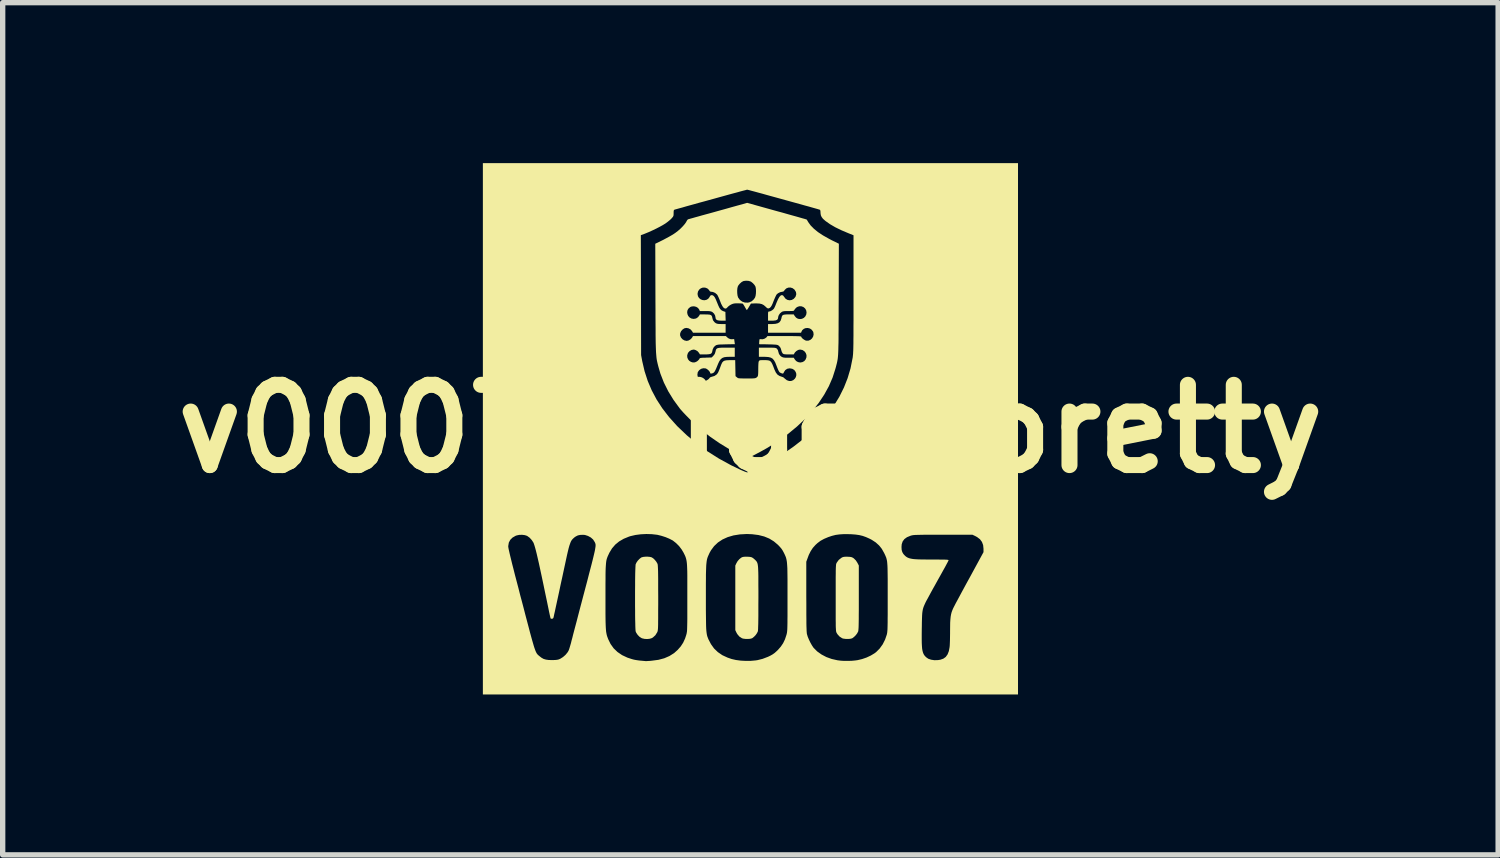
<source format=kicad_pcb>
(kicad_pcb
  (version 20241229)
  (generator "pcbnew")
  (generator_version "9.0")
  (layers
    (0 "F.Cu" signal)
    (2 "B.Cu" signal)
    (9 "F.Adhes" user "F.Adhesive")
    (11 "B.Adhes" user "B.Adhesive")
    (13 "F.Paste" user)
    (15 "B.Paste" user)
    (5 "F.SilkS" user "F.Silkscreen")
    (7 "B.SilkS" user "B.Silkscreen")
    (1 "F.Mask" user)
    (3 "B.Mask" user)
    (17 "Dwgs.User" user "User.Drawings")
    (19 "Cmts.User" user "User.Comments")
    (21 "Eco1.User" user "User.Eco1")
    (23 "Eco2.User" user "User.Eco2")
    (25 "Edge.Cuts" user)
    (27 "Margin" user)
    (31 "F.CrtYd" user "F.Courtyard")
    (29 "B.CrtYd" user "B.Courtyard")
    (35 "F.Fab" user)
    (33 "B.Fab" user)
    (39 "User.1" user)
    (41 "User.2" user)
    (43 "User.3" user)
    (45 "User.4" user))
  (footprint "v0007d logo.pretty"
    (layer "F.Cu")
    (at 10.979 4.966)
    (property "Reference" "v0007d logo.pretty" (at 0 0 0) (layer "F.SilkS") (effects (font (size 1.5 1.5) (thickness 0.3))))
    (attr board_only exclude_from_pos_files exclude_from_bom)
    (fp_poly (pts (xy -0.045 2.392) (xy -0.006 2.395) (xy 0.023 2.402) (xy 0.025 2.403) (xy 0.049 2.417) (xy 0.075 2.439) (xy 0.087 2.45) (xy 0.099 2.462) (xy 0.109 2.474) (xy 0.118 2.485) (xy 0.125 2.499) (xy 0.131 2.515) (xy 0.136 2.536) (xy 0.14 2.563) (xy 0.143 2.597) (xy 0.145 2.64) (xy 0.147 2.692) (xy 0.148 2.756) (xy 0.148 2.832) (xy 0.148 2.922) (xy 0.149 3.027) (xy 0.149 3.149) (xy 0.149 3.158) (xy 0.148 3.289) (xy 0.148 3.403) (xy 0.148 3.5) (xy 0.147 3.582) (xy 0.146 3.649) (xy 0.144 3.702) (xy 0.143 3.742) (xy 0.141 3.77) (xy 0.139 3.786) (xy 0.138 3.788) (xy 0.122 3.821) (xy 0.097 3.857) (xy 0.066 3.889) (xy 0.036 3.913) (xy 0.025 3.918) (xy -0.007 3.926) (xy -0.049 3.929) (xy -0.094 3.928) (xy -0.134 3.923) (xy -0.158 3.916) (xy -0.206 3.885) (xy -0.245 3.839) (xy -0.262 3.809) (xy -0.283 3.764) (xy -0.283 3.16) (xy -0.283 2.557) (xy -0.262 2.512) (xy -0.239 2.473) (xy -0.207 2.437) (xy -0.172 2.409) (xy -0.151 2.399) (xy -0.124 2.393) (xy -0.086 2.391)) (stroke (width 0) (type solid)) (fill yes) (layer "F.SilkS"))
    (fp_poly (pts (xy -1.917 2.391) (xy -1.877 2.395) (xy -1.847 2.403) (xy -1.818 2.421) (xy -1.787 2.451) (xy -1.759 2.486) (xy -1.739 2.521) (xy -1.735 2.533) (xy -1.733 2.546) (xy -1.731 2.571) (xy -1.729 2.608) (xy -1.727 2.658) (xy -1.726 2.722) (xy -1.725 2.8) (xy -1.725 2.893) (xy -1.725 3.003) (xy -1.724 3.129) (xy -1.724 3.166) (xy -1.724 3.284) (xy -1.725 3.386) (xy -1.725 3.473) (xy -1.725 3.545) (xy -1.726 3.605) (xy -1.726 3.654) (xy -1.727 3.693) (xy -1.728 3.724) (xy -1.73 3.748) (xy -1.732 3.765) (xy -1.734 3.779) (xy -1.737 3.789) (xy -1.74 3.798) (xy -1.743 3.804) (xy -1.777 3.859) (xy -1.822 3.9) (xy -1.843 3.913) (xy -1.881 3.925) (xy -1.928 3.93) (xy -1.977 3.928) (xy -2.022 3.918) (xy -2.035 3.913) (xy -2.073 3.889) (xy -2.108 3.853) (xy -2.135 3.813) (xy -2.146 3.787) (xy -2.148 3.771) (xy -2.15 3.738) (xy -2.152 3.691) (xy -2.153 3.632) (xy -2.155 3.563) (xy -2.156 3.484) (xy -2.156 3.399) (xy -2.157 3.309) (xy -2.157 3.216) (xy -2.157 3.122) (xy -2.157 3.029) (xy -2.156 2.938) (xy -2.156 2.852) (xy -2.155 2.772) (xy -2.154 2.701) (xy -2.152 2.639) (xy -2.15 2.59) (xy -2.148 2.554) (xy -2.146 2.535) (xy -2.146 2.533) (xy -2.13 2.5) (xy -2.105 2.464) (xy -2.074 2.432) (xy -2.044 2.408) (xy -2.033 2.403) (xy -2.003 2.395) (xy -1.962 2.391)) (stroke (width 0) (type solid)) (fill yes) (layer "F.SilkS"))
    (fp_poly (pts (xy 1.819 2.392) (xy 1.858 2.394) (xy 1.885 2.398) (xy 1.906 2.406) (xy 1.927 2.419) (xy 1.933 2.423) (xy 1.971 2.461) (xy 1.999 2.504) (xy 2.026 2.556) (xy 2.026 3.155) (xy 2.026 3.278) (xy 2.026 3.385) (xy 2.025 3.476) (xy 2.025 3.552) (xy 2.024 3.615) (xy 2.023 3.667) (xy 2.022 3.708) (xy 2.02 3.739) (xy 2.018 3.762) (xy 2.016 3.779) (xy 2.014 3.789) (xy 2.013 3.79) (xy 1.996 3.823) (xy 1.97 3.858) (xy 1.938 3.89) (xy 1.908 3.913) (xy 1.898 3.918) (xy 1.866 3.926) (xy 1.824 3.929) (xy 1.78 3.928) (xy 1.739 3.923) (xy 1.715 3.916) (xy 1.668 3.886) (xy 1.628 3.842) (xy 1.613 3.818) (xy 1.609 3.81) (xy 1.606 3.803) (xy 1.603 3.794) (xy 1.601 3.781) (xy 1.599 3.765) (xy 1.598 3.743) (xy 1.596 3.714) (xy 1.595 3.676) (xy 1.595 3.629) (xy 1.594 3.571) (xy 1.594 3.501) (xy 1.594 3.417) (xy 1.594 3.318) (xy 1.594 3.204) (xy 1.594 3.16) (xy 1.594 3.04) (xy 1.594 2.936) (xy 1.594 2.847) (xy 1.594 2.772) (xy 1.595 2.71) (xy 1.595 2.659) (xy 1.596 2.619) (xy 1.597 2.587) (xy 1.599 2.563) (xy 1.6 2.544) (xy 1.602 2.531) (xy 1.605 2.521) (xy 1.608 2.513) (xy 1.612 2.506) (xy 1.613 2.503) (xy 1.651 2.451) (xy 1.701 2.412) (xy 1.714 2.404) (xy 1.737 2.396) (xy 1.765 2.392) (xy 1.804 2.391)) (stroke (width 0) (type solid)) (fill yes) (layer "F.SilkS"))
    (fp_poly (pts (xy 5.002 0) (xy 5.002 4.966) (xy 0 4.966) (xy -5.002 4.966) (xy -5.002 2.197) (xy -4.528 2.197) (xy -4.527 2.209) (xy -4.524 2.229) (xy -4.519 2.255) (xy -4.511 2.29) (xy -4.501 2.335) (xy -4.488 2.389) (xy -4.472 2.454) (xy -4.453 2.532) (xy -4.43 2.621) (xy -4.404 2.725) (xy -4.373 2.843) (xy -4.338 2.976) (xy -4.3 3.126) (xy -4.282 3.192) (xy -4.242 3.344) (xy -4.207 3.48) (xy -4.175 3.601) (xy -4.147 3.707) (xy -4.123 3.799) (xy -4.101 3.88) (xy -4.082 3.949) (xy -4.065 4.007) (xy -4.051 4.056) (xy -4.038 4.097) (xy -4.026 4.13) (xy -4.016 4.157) (xy -4.006 4.178) (xy -3.997 4.196) (xy -3.987 4.209) (xy -3.978 4.221) (xy -3.968 4.23) (xy -3.957 4.24) (xy -3.946 4.249) (xy -3.906 4.28) (xy -3.867 4.302) (xy -3.823 4.315) (xy -3.772 4.322) (xy -3.708 4.324) (xy -3.696 4.324) (xy -3.651 4.322) (xy -3.618 4.319) (xy -3.592 4.314) (xy -3.568 4.305) (xy -3.551 4.297) (xy -3.504 4.267) (xy -3.458 4.227) (xy -3.42 4.181) (xy -3.401 4.15) (xy -3.392 4.128) (xy -3.381 4.094) (xy -3.368 4.05) (xy -3.354 4.002) (xy -3.35 3.984) (xy -3.342 3.952) (xy -3.329 3.905) (xy -3.314 3.844) (xy -3.295 3.772) (xy -3.273 3.689) (xy -3.249 3.599) (xy -3.224 3.502) (xy -3.198 3.402) (xy -3.171 3.299) (xy -3.165 3.277) (xy -3.128 3.136) (xy -2.71 3.136) (xy -2.71 3.138) (xy -2.71 3.263) (xy -2.71 3.372) (xy -2.71 3.466) (xy -2.709 3.546) (xy -2.708 3.613) (xy -2.706 3.671) (xy -2.704 3.718) (xy -2.701 3.758) (xy -2.698 3.792) (xy -2.693 3.821) (xy -2.688 3.846) (xy -2.682 3.87) (xy -2.674 3.893) (xy -2.665 3.917) (xy -2.66 3.931) (xy -2.615 4.023) (xy -2.557 4.104) (xy -2.485 4.173) (xy -2.4 4.231) (xy -2.3 4.278) (xy -2.221 4.304) (xy -2.189 4.313) (xy -2.157 4.32) (xy -2.12 4.326) (xy -2.077 4.332) (xy -2.022 4.337) (xy -1.958 4.343) (xy -1.944 4.343) (xy -1.917 4.341) (xy -1.879 4.339) (xy -1.841 4.335) (xy -1.72 4.319) (xy -1.611 4.29) (xy -1.514 4.248) (xy -1.427 4.193) (xy -1.36 4.133) (xy -1.303 4.068) (xy -1.258 3.999) (xy -1.222 3.921) (xy -1.199 3.851) (xy -1.196 3.837) (xy -1.192 3.824) (xy -1.19 3.809) (xy -1.187 3.792) (xy -1.185 3.771) (xy -1.184 3.745) (xy -1.183 3.712) (xy -1.182 3.671) (xy -1.181 3.621) (xy -1.18 3.56) (xy -1.18 3.486) (xy -1.18 3.4) (xy -1.18 3.298) (xy -1.18 3.18) (xy -1.18 3.151) (xy -1.18 3.131) (xy -0.833 3.131) (xy -0.833 3.146) (xy -0.833 3.273) (xy -0.833 3.383) (xy -0.832 3.479) (xy -0.831 3.56) (xy -0.83 3.63) (xy -0.829 3.688) (xy -0.827 3.736) (xy -0.824 3.777) (xy -0.82 3.811) (xy -0.816 3.839) (xy -0.811 3.863) (xy -0.805 3.885) (xy -0.797 3.905) (xy -0.789 3.926) (xy -0.787 3.932) (xy -0.738 4.026) (xy -0.68 4.107) (xy -0.609 4.175) (xy -0.526 4.232) (xy -0.429 4.277) (xy -0.351 4.304) (xy -0.272 4.322) (xy -0.182 4.334) (xy -0.086 4.339) (xy 0.009 4.338) (xy 0.098 4.33) (xy 0.131 4.325) (xy 0.227 4.301) (xy 0.327 4.263) (xy 0.369 4.243) (xy 0.412 4.219) (xy 0.452 4.191) (xy 0.492 4.155) (xy 0.514 4.134) (xy 0.568 4.072) (xy 0.611 4.008) (xy 0.646 3.935) (xy 0.673 3.853) (xy 0.677 3.839) (xy 0.68 3.825) (xy 0.683 3.811) (xy 0.685 3.794) (xy 0.687 3.774) (xy 0.689 3.748) (xy 0.69 3.716) (xy 0.691 3.677) (xy 0.692 3.628) (xy 0.692 3.568) (xy 0.693 3.497) (xy 0.693 3.412) (xy 0.693 3.312) (xy 0.693 3.196) (xy 0.693 3.156) (xy 0.693 3.028) (xy 0.693 2.916) (xy 0.693 2.819) (xy 0.692 2.737) (xy 0.691 2.666) (xy 0.69 2.607) (xy 0.687 2.557) (xy 0.684 2.515) (xy 0.681 2.485) (xy 1.044 2.485) (xy 1.044 3.138) (xy 1.045 3.268) (xy 1.045 3.382) (xy 1.045 3.479) (xy 1.046 3.563) (xy 1.046 3.633) (xy 1.047 3.69) (xy 1.049 3.737) (xy 1.05 3.774) (xy 1.052 3.802) (xy 1.054 3.823) (xy 1.056 3.838) (xy 1.057 3.84) (xy 1.071 3.887) (xy 1.093 3.94) (xy 1.12 3.996) (xy 1.148 4.046) (xy 1.175 4.087) (xy 1.182 4.096) (xy 1.248 4.162) (xy 1.328 4.219) (xy 1.419 4.267) (xy 1.519 4.303) (xy 1.625 4.327) (xy 1.688 4.335) (xy 1.753 4.339) (xy 1.824 4.339) (xy 1.895 4.337) (xy 1.959 4.331) (xy 2.003 4.325) (xy 2.087 4.305) (xy 2.171 4.276) (xy 2.25 4.239) (xy 2.318 4.198) (xy 2.349 4.175) (xy 2.415 4.109) (xy 2.472 4.03) (xy 2.517 3.941) (xy 2.55 3.845) (xy 2.55 3.843) (xy 2.553 3.83) (xy 2.556 3.815) (xy 2.558 3.797) (xy 2.56 3.775) (xy 2.562 3.747) (xy 2.563 3.711) (xy 2.564 3.668) (xy 2.565 3.614) (xy 2.565 3.55) (xy 2.566 3.472) (xy 2.566 3.381) (xy 2.566 3.275) (xy 2.566 3.152) (xy 2.566 3.147) (xy 2.566 3.02) (xy 2.566 2.91) (xy 2.566 2.814) (xy 2.565 2.733) (xy 2.564 2.664) (xy 2.563 2.606) (xy 2.561 2.557) (xy 2.558 2.517) (xy 2.555 2.483) (xy 2.55 2.455) (xy 2.544 2.43) (xy 2.538 2.408) (xy 2.529 2.387) (xy 2.52 2.365) (xy 2.509 2.342) (xy 2.5 2.323) (xy 2.456 2.245) (xy 2.429 2.21) (xy 2.824 2.21) (xy 2.827 2.264) (xy 2.839 2.305) (xy 2.859 2.34) (xy 2.877 2.36) (xy 2.897 2.38) (xy 2.918 2.396) (xy 2.941 2.409) (xy 2.969 2.42) (xy 3.002 2.428) (xy 3.043 2.435) (xy 3.094 2.439) (xy 3.155 2.442) (xy 3.23 2.443) (xy 3.32 2.444) (xy 3.393 2.444) (xy 3.477 2.444) (xy 3.544 2.445) (xy 3.596 2.445) (xy 3.636 2.446) (xy 3.665 2.447) (xy 3.684 2.449) (xy 3.696 2.451) (xy 3.702 2.454) (xy 3.703 2.457) (xy 3.703 2.462) (xy 3.697 2.473) (xy 3.684 2.499) (xy 3.664 2.536) (xy 3.638 2.585) (xy 3.606 2.642) (xy 3.57 2.707) (xy 3.531 2.777) (xy 3.499 2.834) (xy 3.457 2.91) (xy 3.416 2.983) (xy 3.378 3.052) (xy 3.344 3.115) (xy 3.315 3.169) (xy 3.291 3.212) (xy 3.275 3.243) (xy 3.269 3.256) (xy 3.254 3.289) (xy 3.241 3.319) (xy 3.231 3.347) (xy 3.223 3.376) (xy 3.217 3.408) (xy 3.212 3.446) (xy 3.209 3.492) (xy 3.207 3.547) (xy 3.205 3.615) (xy 3.204 3.697) (xy 3.203 3.744) (xy 3.202 3.847) (xy 3.202 3.933) (xy 3.203 4.005) (xy 3.206 4.064) (xy 3.21 4.113) (xy 3.217 4.152) (xy 3.226 4.184) (xy 3.237 4.211) (xy 3.251 4.234) (xy 3.269 4.255) (xy 3.285 4.271) (xy 3.325 4.299) (xy 3.378 4.317) (xy 3.439 4.326) (xy 3.506 4.324) (xy 3.551 4.317) (xy 3.607 4.297) (xy 3.651 4.265) (xy 3.685 4.218) (xy 3.709 4.157) (xy 3.723 4.082) (xy 3.726 4.051) (xy 3.728 4.006) (xy 3.73 3.95) (xy 3.731 3.887) (xy 3.732 3.821) (xy 3.732 3.785) (xy 3.733 3.696) (xy 3.734 3.623) (xy 3.738 3.563) (xy 3.743 3.512) (xy 3.751 3.468) (xy 3.761 3.429) (xy 3.775 3.391) (xy 3.788 3.36) (xy 3.798 3.34) (xy 3.815 3.307) (xy 3.839 3.26) (xy 3.87 3.203) (xy 3.906 3.136) (xy 3.946 3.061) (xy 3.99 2.98) (xy 4.036 2.895) (xy 4.085 2.806) (xy 4.088 2.801) (xy 4.357 2.306) (xy 4.357 2.242) (xy 4.35 2.174) (xy 4.328 2.115) (xy 4.291 2.065) (xy 4.237 2.024) (xy 4.2 2.004) (xy 4.151 1.981) (xy 3.602 1.981) (xy 3.488 1.981) (xy 3.392 1.981) (xy 3.31 1.981) (xy 3.242 1.981) (xy 3.186 1.982) (xy 3.141 1.983) (xy 3.104 1.984) (xy 3.076 1.985) (xy 3.053 1.987) (xy 3.035 1.989) (xy 3.02 1.992) (xy 3.007 1.995) (xy 2.994 1.999) (xy 2.989 2.001) (xy 2.926 2.027) (xy 2.878 2.062) (xy 2.846 2.105) (xy 2.828 2.158) (xy 2.824 2.21) (xy 2.429 2.21) (xy 2.404 2.18) (xy 2.342 2.124) (xy 2.267 2.075) (xy 2.224 2.053) (xy 2.159 2.024) (xy 2.097 2.002) (xy 2.034 1.987) (xy 1.964 1.977) (xy 1.883 1.971) (xy 1.846 1.97) (xy 1.75 1.969) (xy 1.668 1.974) (xy 1.593 1.984) (xy 1.522 2.002) (xy 1.454 2.025) (xy 1.376 2.058) (xy 1.31 2.094) (xy 1.253 2.137) (xy 1.216 2.171) (xy 1.166 2.227) (xy 1.126 2.288) (xy 1.091 2.358) (xy 1.073 2.406) (xy 1.044 2.485) (xy 0.681 2.485) (xy 0.68 2.48) (xy 0.675 2.45) (xy 0.669 2.424) (xy 0.662 2.4) (xy 0.653 2.378) (xy 0.643 2.355) (xy 0.631 2.33) (xy 0.625 2.318) (xy 0.603 2.277) (xy 0.58 2.242) (xy 0.55 2.207) (xy 0.515 2.17) (xy 0.438 2.105) (xy 0.352 2.052) (xy 0.257 2.013) (xy 0.15 1.986) (xy 0.032 1.971) (xy -0.068 1.967) (xy -0.197 1.974) (xy -0.316 1.993) (xy -0.425 2.025) (xy -0.522 2.069) (xy -0.607 2.125) (xy -0.679 2.193) (xy -0.737 2.271) (xy -0.765 2.321) (xy -0.777 2.348) (xy -0.788 2.372) (xy -0.798 2.395) (xy -0.806 2.419) (xy -0.813 2.445) (xy -0.818 2.474) (xy -0.822 2.508) (xy -0.826 2.549) (xy -0.828 2.597) (xy -0.83 2.655) (xy -0.832 2.723) (xy -0.832 2.803) (xy -0.833 2.897) (xy -0.833 3.006) (xy -0.833 3.131) (xy -1.18 3.131) (xy -1.18 3.024) (xy -1.18 2.913) (xy -1.18 2.818) (xy -1.18 2.736) (xy -1.181 2.666) (xy -1.183 2.607) (xy -1.185 2.558) (xy -1.188 2.517) (xy -1.192 2.483) (xy -1.197 2.454) (xy -1.203 2.428) (xy -1.21 2.405) (xy -1.218 2.383) (xy -1.228 2.361) (xy -1.24 2.337) (xy -1.248 2.32) (xy -1.286 2.256) (xy -1.334 2.193) (xy -1.39 2.137) (xy -1.447 2.092) (xy -1.458 2.085) (xy -1.518 2.054) (xy -1.588 2.025) (xy -1.663 2.001) (xy -1.735 1.983) (xy -1.747 1.981) (xy -1.843 1.97) (xy -1.945 1.967) (xy -2.049 1.972) (xy -2.149 1.985) (xy -2.24 2.006) (xy -2.269 2.015) (xy -2.369 2.056) (xy -2.455 2.106) (xy -2.527 2.165) (xy -2.588 2.236) (xy -2.638 2.319) (xy -2.644 2.332) (xy -2.656 2.358) (xy -2.667 2.381) (xy -2.676 2.404) (xy -2.684 2.427) (xy -2.691 2.452) (xy -2.696 2.481) (xy -2.7 2.515) (xy -2.703 2.555) (xy -2.706 2.603) (xy -2.708 2.66) (xy -2.709 2.728) (xy -2.709 2.808) (xy -2.71 2.902) (xy -2.71 3.01) (xy -2.71 3.136) (xy -3.128 3.136) (xy -3.123 3.117) (xy -3.085 2.974) (xy -3.051 2.846) (xy -3.022 2.732) (xy -2.996 2.632) (xy -2.973 2.545) (xy -2.954 2.47) (xy -2.938 2.405) (xy -2.925 2.35) (xy -2.914 2.303) (xy -2.906 2.265) (xy -2.901 2.234) (xy -2.897 2.208) (xy -2.895 2.188) (xy -2.895 2.171) (xy -2.896 2.158) (xy -2.899 2.147) (xy -2.902 2.137) (xy -2.907 2.127) (xy -2.911 2.116) (xy -2.912 2.116) (xy -2.941 2.07) (xy -2.984 2.032) (xy -3.037 2.003) (xy -3.093 1.985) (xy -3.129 1.982) (xy -3.183 1.984) (xy -3.226 1.993) (xy -3.264 2.012) (xy -3.289 2.029) (xy -3.306 2.044) (xy -3.322 2.059) (xy -3.336 2.075) (xy -3.349 2.094) (xy -3.361 2.118) (xy -3.372 2.148) (xy -3.385 2.185) (xy -3.398 2.231) (xy -3.412 2.288) (xy -3.428 2.357) (xy -3.446 2.44) (xy -3.467 2.538) (xy -3.484 2.616) (xy -3.517 2.77) (xy -3.548 2.911) (xy -3.575 3.04) (xy -3.6 3.155) (xy -3.622 3.256) (xy -3.641 3.343) (xy -3.656 3.414) (xy -3.669 3.47) (xy -3.677 3.509) (xy -3.683 3.532) (xy -3.684 3.536) (xy -3.695 3.548) (xy -3.714 3.552) (xy -3.731 3.549) (xy -3.736 3.544) (xy -3.739 3.534) (xy -3.745 3.508) (xy -3.754 3.468) (xy -3.765 3.417) (xy -3.777 3.357) (xy -3.791 3.29) (xy -3.803 3.231) (xy -3.84 3.056) (xy -3.873 2.897) (xy -3.903 2.755) (xy -3.93 2.629) (xy -3.954 2.518) (xy -3.976 2.422) (xy -3.995 2.34) (xy -4.012 2.272) (xy -4.027 2.217) (xy -4.04 2.174) (xy -4.051 2.142) (xy -4.058 2.126) (xy -4.088 2.08) (xy -4.127 2.037) (xy -4.171 2.005) (xy -4.178 2.001) (xy -4.218 1.988) (xy -4.267 1.982) (xy -4.32 1.983) (xy -4.368 1.993) (xy -4.389 2) (xy -4.448 2.034) (xy -4.49 2.076) (xy -4.517 2.127) (xy -4.527 2.187) (xy -4.528 2.197) (xy -5.002 2.197) (xy -5.002 0) (xy -5.002 -3.62) (xy -2.049 -3.62) (xy -2.046 -2.499) (xy -2.044 -1.378) (xy -2.023 -1.265) (xy -1.979 -1.076) (xy -1.92 -0.894) (xy -1.845 -0.718) (xy -1.754 -0.547) (xy -1.646 -0.381) (xy -1.522 -0.22) (xy -1.38 -0.062) (xy -1.365 -0.046) (xy -1.19 0.121) (xy -1.003 0.277) (xy -0.803 0.422) (xy -0.589 0.557) (xy -0.361 0.682) (xy -0.176 0.771) (xy -0.136 0.788) (xy -0.102 0.802) (xy -0.076 0.811) (xy -0.063 0.814) (xy -0.049 0.811) (xy -0.022 0.801) (xy 0.015 0.787) (xy 0.059 0.768) (xy 0.084 0.757) (xy 0.269 0.668) (xy 0.453 0.566) (xy 0.633 0.453) (xy 0.806 0.333) (xy 0.971 0.205) (xy 1.124 0.072) (xy 1.262 -0.063) (xy 1.307 -0.112) (xy 1.443 -0.272) (xy 1.562 -0.435) (xy 1.663 -0.601) (xy 1.748 -0.772) (xy 1.817 -0.947) (xy 1.871 -1.129) (xy 1.909 -1.319) (xy 1.911 -1.328) (xy 1.913 -1.345) (xy 1.915 -1.362) (xy 1.917 -1.382) (xy 1.919 -1.404) (xy 1.92 -1.431) (xy 1.922 -1.463) (xy 1.923 -1.501) (xy 1.924 -1.546) (xy 1.925 -1.599) (xy 1.925 -1.662) (xy 1.926 -1.735) (xy 1.926 -1.819) (xy 1.926 -1.915) (xy 1.927 -2.025) (xy 1.927 -2.15) (xy 1.927 -2.29) (xy 1.927 -2.446) (xy 1.927 -2.525) (xy 1.927 -3.618) (xy 1.832 -3.656) (xy 1.702 -3.711) (xy 1.587 -3.767) (xy 1.489 -3.824) (xy 1.408 -3.881) (xy 1.398 -3.889) (xy 1.357 -3.925) (xy 1.331 -3.959) (xy 1.316 -3.993) (xy 1.31 -4.032) (xy 1.31 -4.041) (xy 1.308 -4.074) (xy 1.302 -4.091) (xy 1.297 -4.095) (xy 1.284 -4.099) (xy 1.255 -4.108) (xy 1.213 -4.12) (xy 1.159 -4.135) (xy 1.093 -4.154) (xy 1.019 -4.174) (xy 0.938 -4.197) (xy 0.851 -4.221) (xy 0.76 -4.246) (xy 0.666 -4.272) (xy 0.572 -4.298) (xy 0.478 -4.324) (xy 0.387 -4.349) (xy 0.3 -4.373) (xy 0.219 -4.396) (xy 0.144 -4.416) (xy 0.079 -4.434) (xy 0.025 -4.448) (xy -0.018 -4.46) (xy -0.047 -4.467) (xy -0.06 -4.47) (xy -0.061 -4.47) (xy -0.071 -4.468) (xy -0.096 -4.461) (xy -0.136 -4.451) (xy -0.189 -4.437) (xy -0.252 -4.419) (xy -0.324 -4.4) (xy -0.405 -4.378) (xy -0.491 -4.354) (xy -0.582 -4.329) (xy -0.675 -4.303) (xy -0.77 -4.277) (xy -0.864 -4.251) (xy -0.957 -4.226) (xy -1.045 -4.201) (xy -1.129 -4.178) (xy -1.205 -4.157) (xy -1.273 -4.137) (xy -1.332 -4.121) (xy -1.378 -4.108) (xy -1.411 -4.099) (xy -1.42 -4.096) (xy -1.429 -4.09) (xy -1.434 -4.076) (xy -1.436 -4.051) (xy -1.436 -4.033) (xy -1.437 -4.001) (xy -1.44 -3.98) (xy -1.45 -3.962) (xy -1.468 -3.941) (xy -1.478 -3.929) (xy -1.506 -3.903) (xy -1.542 -3.873) (xy -1.581 -3.844) (xy -1.594 -3.835) (xy -1.64 -3.807) (xy -1.698 -3.775) (xy -1.764 -3.741) (xy -1.833 -3.708) (xy -1.899 -3.678) (xy -1.96 -3.653) (xy -1.979 -3.645) (xy -2.049 -3.62) (xy -5.002 -3.62) (xy -5.002 -4.966) (xy 0 -4.966) (xy 5.002 -4.966)) (stroke (width 0) (type solid)) (fill yes) (layer "F.SilkS"))
    (fp_poly (pts (xy 0.494 -4.069) (xy 0.591 -4.043) (xy 0.682 -4.017) (xy 0.767 -3.993) (xy 0.843 -3.972) (xy 0.91 -3.953) (xy 0.965 -3.937) (xy 1.009 -3.925) (xy 1.038 -3.916) (xy 1.051 -3.912) (xy 1.052 -3.911) (xy 1.058 -3.902) (xy 1.07 -3.882) (xy 1.081 -3.863) (xy 1.125 -3.802) (xy 1.186 -3.74) (xy 1.263 -3.677) (xy 1.357 -3.615) (xy 1.467 -3.553) (xy 1.524 -3.523) (xy 1.653 -3.46) (xy 1.65 -2.419) (xy 1.649 -2.257) (xy 1.649 -2.113) (xy 1.648 -1.984) (xy 1.648 -1.871) (xy 1.647 -1.77) (xy 1.647 -1.682) (xy 1.646 -1.606) (xy 1.644 -1.539) (xy 1.643 -1.482) (xy 1.641 -1.432) (xy 1.639 -1.39) (xy 1.636 -1.353) (xy 1.633 -1.32) (xy 1.629 -1.292) (xy 1.624 -1.265) (xy 1.619 -1.24) (xy 1.613 -1.215) (xy 1.606 -1.189) (xy 1.599 -1.16) (xy 1.59 -1.129) (xy 1.588 -1.121) (xy 1.536 -0.958) (xy 1.466 -0.796) (xy 1.379 -0.638) (xy 1.276 -0.483) (xy 1.156 -0.332) (xy 1.022 -0.185) (xy 0.872 -0.044) (xy 0.708 0.092) (xy 0.53 0.221) (xy 0.338 0.343) (xy 0.329 0.349) (xy 0.289 0.372) (xy 0.242 0.398) (xy 0.192 0.426) (xy 0.139 0.454) (xy 0.088 0.481) (xy 0.04 0.506) (xy -0.001 0.527) (xy -0.034 0.543) (xy -0.055 0.552) (xy -0.061 0.554) (xy -0.071 0.55) (xy -0.094 0.539) (xy -0.128 0.522) (xy -0.17 0.501) (xy -0.214 0.479) (xy -0.403 0.376) (xy -0.58 0.268) (xy -0.751 0.15) (xy -0.891 0.042) (xy -0.947 -0.005) (xy -1.008 -0.06) (xy -1.074 -0.121) (xy -1.139 -0.185) (xy -1.201 -0.248) (xy -1.258 -0.308) (xy -1.305 -0.361) (xy -1.323 -0.383) (xy -1.437 -0.539) (xy -1.536 -0.7) (xy -1.618 -0.864) (xy -1.683 -1.031) (xy -1.72 -1.158) (xy -1.728 -1.189) (xy -1.735 -1.217) (xy -1.741 -1.243) (xy -1.747 -1.27) (xy -1.752 -1.297) (xy -1.756 -1.326) (xy -1.759 -1.358) (xy -1.762 -1.394) (xy -1.765 -1.435) (xy -1.767 -1.483) (xy -1.769 -1.539) (xy -1.771 -1.603) (xy -1.772 -1.677) (xy -1.773 -1.751) (xy -1.316 -1.751) (xy -1.315 -1.747) (xy -1.3 -1.708) (xy -1.271 -1.674) (xy -1.234 -1.652) (xy -1.193 -1.643) (xy -1.192 -1.643) (xy -1.159 -1.65) (xy -1.125 -1.669) (xy -1.098 -1.695) (xy -1.092 -1.703) (xy -1.074 -1.733) (xy -0.766 -1.733) (xy -0.458 -1.733) (xy -0.437 -1.711) (xy -0.404 -1.687) (xy -0.365 -1.674) (xy -0.329 -1.675) (xy -0.309 -1.677) (xy -0.302 -1.671) (xy -0.302 -1.664) (xy -0.3 -1.644) (xy -0.296 -1.618) (xy -0.296 -1.615) (xy -0.291 -1.582) (xy -0.456 -1.579) (xy -0.516 -1.577) (xy -0.561 -1.576) (xy -0.594 -1.574) (xy -0.617 -1.57) (xy -0.634 -1.566) (xy -0.647 -1.56) (xy -0.649 -1.559) (xy -0.683 -1.529) (xy -0.705 -1.486) (xy -0.712 -1.455) (xy -0.718 -1.43) (xy -0.729 -1.412) (xy -0.747 -1.4) (xy -0.775 -1.394) (xy -0.816 -1.391) (xy -0.851 -1.391) (xy -0.945 -1.391) (xy -0.961 -1.418) (xy -0.985 -1.447) (xy -1.019 -1.469) (xy -1.054 -1.481) (xy -1.063 -1.481) (xy -1.102 -1.473) (xy -1.138 -1.452) (xy -1.165 -1.422) (xy -1.168 -1.418) (xy -1.182 -1.375) (xy -1.181 -1.336) (xy -1.167 -1.3) (xy -1.144 -1.271) (xy -1.112 -1.251) (xy -1.076 -1.24) (xy -1.038 -1.242) (xy -1.001 -1.259) (xy -0.981 -1.275) (xy -0.962 -1.295) (xy -0.951 -1.311) (xy -0.95 -1.316) (xy -0.944 -1.321) (xy -0.925 -1.325) (xy -0.891 -1.328) (xy -0.841 -1.329) (xy -0.837 -1.33) (xy -0.725 -1.333) (xy -0.694 -1.364) (xy -0.668 -1.398) (xy -0.654 -1.439) (xy -0.654 -1.44) (xy -0.648 -1.466) (xy -0.641 -1.485) (xy -0.629 -1.499) (xy -0.611 -1.508) (xy -0.583 -1.513) (xy -0.544 -1.516) (xy -0.491 -1.517) (xy -0.449 -1.517) (xy -0.293 -1.517) (xy -0.293 -1.432) (xy -0.293 -1.346) (xy -0.383 -1.346) (xy -0.443 -1.344) (xy -0.49 -1.338) (xy -0.526 -1.324) (xy -0.555 -1.301) (xy -0.58 -1.267) (xy -0.603 -1.219) (xy -0.621 -1.175) (xy -0.642 -1.124) (xy -0.659 -1.088) (xy -0.674 -1.063) (xy -0.689 -1.048) (xy -0.707 -1.039) (xy -0.723 -1.034) (xy -0.743 -1.032) (xy -0.751 -1.038) (xy -0.752 -1.043) (xy -0.759 -1.062) (xy -0.777 -1.086) (xy -0.801 -1.108) (xy -0.826 -1.124) (xy -0.838 -1.129) (xy -0.881 -1.132) (xy -0.922 -1.121) (xy -0.957 -1.097) (xy -0.982 -1.063) (xy -0.986 -1.053) (xy -0.992 -1.008) (xy -0.983 -0.966) (xy -0.96 -0.93) (xy -0.925 -0.903) (xy -0.882 -0.889) (xy -0.869 -0.888) (xy -0.854 -0.891) (xy -0.83 -0.9) (xy -0.817 -0.906) (xy -0.791 -0.922) (xy -0.772 -0.939) (xy -0.768 -0.946) (xy -0.753 -0.962) (xy -0.726 -0.972) (xy -0.721 -0.973) (xy -0.672 -0.988) (xy -0.631 -1.016) (xy -0.61 -1.043) (xy -0.599 -1.064) (xy -0.585 -1.097) (xy -0.57 -1.135) (xy -0.563 -1.155) (xy -0.544 -1.205) (xy -0.527 -1.24) (xy -0.506 -1.262) (xy -0.48 -1.275) (xy -0.444 -1.281) (xy -0.394 -1.283) (xy -0.383 -1.283) (xy -0.285 -1.283) (xy -0.282 -1.134) (xy -0.279 -0.984) (xy -0.254 -0.963) (xy -0.244 -0.955) (xy -0.234 -0.949) (xy -0.221 -0.945) (xy -0.201 -0.943) (xy -0.172 -0.942) (xy -0.132 -0.941) (xy -0.076 -0.941) (xy -0.068 -0.941) (xy -0.01 -0.941) (xy 0.032 -0.941) (xy 0.063 -0.943) (xy 0.083 -0.945) (xy 0.097 -0.949) (xy 0.108 -0.954) (xy 0.117 -0.961) (xy 0.119 -0.963) (xy 0.129 -0.972) (xy 0.136 -0.981) (xy 0.14 -0.993) (xy 0.143 -1.012) (xy 0.145 -1.041) (xy 0.146 -1.083) (xy 0.146 -1.113) (xy 0.147 -1.173) (xy 0.149 -1.216) (xy 0.152 -1.247) (xy 0.158 -1.266) (xy 0.168 -1.277) (xy 0.185 -1.282) (xy 0.208 -1.283) (xy 0.241 -1.283) (xy 0.248 -1.283) (xy 0.293 -1.283) (xy 0.328 -1.28) (xy 0.354 -1.274) (xy 0.375 -1.261) (xy 0.393 -1.239) (xy 0.41 -1.207) (xy 0.428 -1.163) (xy 0.449 -1.107) (xy 0.475 -1.052) (xy 0.505 -1.013) (xy 0.543 -0.988) (xy 0.574 -0.977) (xy 0.614 -0.963) (xy 0.645 -0.936) (xy 0.681 -0.908) (xy 0.721 -0.894) (xy 0.762 -0.894) (xy 0.8 -0.909) (xy 0.831 -0.937) (xy 0.848 -0.965) (xy 0.858 -1.002) (xy 0.856 -1.034) (xy 0.845 -1.064) (xy 0.819 -1.1) (xy 0.781 -1.122) (xy 0.734 -1.13) (xy 0.732 -1.13) (xy 0.688 -1.122) (xy 0.652 -1.098) (xy 0.627 -1.061) (xy 0.626 -1.058) (xy 0.617 -1.039) (xy 0.607 -1.032) (xy 0.591 -1.035) (xy 0.574 -1.041) (xy 0.558 -1.048) (xy 0.544 -1.058) (xy 0.532 -1.075) (xy 0.519 -1.101) (xy 0.503 -1.139) (xy 0.487 -1.181) (xy 0.464 -1.239) (xy 0.44 -1.281) (xy 0.414 -1.311) (xy 0.381 -1.33) (xy 0.338 -1.341) (xy 0.283 -1.345) (xy 0.245 -1.346) (xy 0.158 -1.346) (xy 0.158 -1.432) (xy 0.158 -1.517) (xy 0.314 -1.517) (xy 0.371 -1.517) (xy 0.413 -1.516) (xy 0.443 -1.515) (xy 0.464 -1.512) (xy 0.478 -1.508) (xy 0.488 -1.503) (xy 0.493 -1.499) (xy 0.513 -1.472) (xy 0.52 -1.445) (xy 0.534 -1.398) (xy 0.561 -1.362) (xy 0.583 -1.346) (xy 0.6 -1.338) (xy 0.62 -1.332) (xy 0.647 -1.329) (xy 0.686 -1.328) (xy 0.711 -1.328) (xy 0.81 -1.328) (xy 0.826 -1.301) (xy 0.854 -1.267) (xy 0.89 -1.247) (xy 0.93 -1.239) (xy 0.97 -1.246) (xy 1.006 -1.265) (xy 1.031 -1.295) (xy 1.047 -1.336) (xy 1.048 -1.378) (xy 1.034 -1.417) (xy 1.009 -1.449) (xy 0.974 -1.472) (xy 0.93 -1.481) (xy 0.925 -1.481) (xy 0.893 -1.474) (xy 0.859 -1.454) (xy 0.832 -1.428) (xy 0.826 -1.418) (xy 0.81 -1.391) (xy 0.715 -1.391) (xy 0.672 -1.391) (xy 0.643 -1.393) (xy 0.624 -1.396) (xy 0.612 -1.402) (xy 0.602 -1.41) (xy 0.602 -1.411) (xy 0.588 -1.434) (xy 0.578 -1.463) (xy 0.578 -1.466) (xy 0.563 -1.513) (xy 0.535 -1.549) (xy 0.52 -1.56) (xy 0.509 -1.566) (xy 0.494 -1.57) (xy 0.471 -1.573) (xy 0.439 -1.575) (xy 0.395 -1.577) (xy 0.336 -1.578) (xy 0.329 -1.579) (xy 0.162 -1.581) (xy 0.165 -1.631) (xy 0.167 -1.659) (xy 0.171 -1.673) (xy 0.179 -1.677) (xy 0.193 -1.675) (xy 0.194 -1.675) (xy 0.23 -1.674) (xy 0.267 -1.686) (xy 0.297 -1.707) (xy 0.301 -1.711) (xy 0.318 -1.733) (xy 0.634 -1.733) (xy 0.719 -1.733) (xy 0.788 -1.733) (xy 0.843 -1.732) (xy 0.884 -1.731) (xy 0.914 -1.73) (xy 0.933 -1.728) (xy 0.945 -1.725) (xy 0.949 -1.722) (xy 0.95 -1.721) (xy 0.957 -1.705) (xy 0.976 -1.685) (xy 1.001 -1.667) (xy 1.028 -1.652) (xy 1.044 -1.647) (xy 1.085 -1.648) (xy 1.121 -1.663) (xy 1.151 -1.689) (xy 1.172 -1.724) (xy 1.181 -1.763) (xy 1.176 -1.804) (xy 1.171 -1.817) (xy 1.146 -1.851) (xy 1.113 -1.874) (xy 1.075 -1.884) (xy 1.036 -1.883) (xy 1 -1.87) (xy 0.97 -1.845) (xy 0.958 -1.824) (xy 0.946 -1.796) (xy 0.637 -1.796) (xy 0.329 -1.796) (xy 0.329 -1.877) (xy 0.329 -1.958) (xy 0.406 -1.958) (xy 0.466 -1.962) (xy 0.511 -1.973) (xy 0.543 -1.992) (xy 0.565 -2.023) (xy 0.579 -2.065) (xy 0.58 -2.072) (xy 0.587 -2.099) (xy 0.596 -2.117) (xy 0.612 -2.129) (xy 0.638 -2.135) (xy 0.676 -2.138) (xy 0.715 -2.138) (xy 0.81 -2.138) (xy 0.825 -2.112) (xy 0.853 -2.078) (xy 0.888 -2.057) (xy 0.926 -2.051) (xy 0.963 -2.056) (xy 0.998 -2.073) (xy 1.026 -2.101) (xy 1.044 -2.138) (xy 1.049 -2.177) (xy 1.041 -2.218) (xy 1.02 -2.252) (xy 0.989 -2.277) (xy 0.952 -2.29) (xy 0.913 -2.291) (xy 0.874 -2.277) (xy 0.856 -2.264) (xy 0.836 -2.243) (xy 0.822 -2.224) (xy 0.819 -2.219) (xy 0.815 -2.211) (xy 0.807 -2.206) (xy 0.791 -2.203) (xy 0.765 -2.202) (xy 0.725 -2.201) (xy 0.713 -2.201) (xy 0.666 -2.201) (xy 0.633 -2.199) (xy 0.61 -2.195) (xy 0.593 -2.189) (xy 0.583 -2.183) (xy 0.553 -2.158) (xy 0.53 -2.125) (xy 0.518 -2.091) (xy 0.518 -2.082) (xy 0.513 -2.056) (xy 0.499 -2.038) (xy 0.473 -2.027) (xy 0.432 -2.022) (xy 0.405 -2.021) (xy 0.329 -2.021) (xy 0.329 -2.107) (xy 0.329 -2.147) (xy 0.33 -2.172) (xy 0.333 -2.185) (xy 0.338 -2.191) (xy 0.347 -2.192) (xy 0.349 -2.192) (xy 0.376 -2.199) (xy 0.406 -2.216) (xy 0.433 -2.239) (xy 0.441 -2.25) (xy 0.45 -2.267) (xy 0.464 -2.297) (xy 0.479 -2.335) (xy 0.491 -2.365) (xy 0.517 -2.424) (xy 0.542 -2.467) (xy 0.566 -2.492) (xy 0.589 -2.5) (xy 0.611 -2.491) (xy 0.63 -2.466) (xy 0.658 -2.43) (xy 0.694 -2.409) (xy 0.733 -2.402) (xy 0.773 -2.409) (xy 0.809 -2.429) (xy 0.839 -2.463) (xy 0.845 -2.475) (xy 0.857 -2.516) (xy 0.851 -2.557) (xy 0.827 -2.597) (xy 0.821 -2.604) (xy 0.787 -2.629) (xy 0.747 -2.641) (xy 0.707 -2.639) (xy 0.67 -2.624) (xy 0.641 -2.596) (xy 0.636 -2.588) (xy 0.619 -2.568) (xy 0.596 -2.562) (xy 0.556 -2.554) (xy 0.516 -2.534) (xy 0.492 -2.514) (xy 0.481 -2.497) (xy 0.466 -2.466) (xy 0.449 -2.428) (xy 0.435 -2.394) (xy 0.414 -2.34) (xy 0.396 -2.302) (xy 0.379 -2.276) (xy 0.361 -2.26) (xy 0.341 -2.251) (xy 0.325 -2.251) (xy 0.309 -2.259) (xy 0.288 -2.278) (xy 0.281 -2.285) (xy 0.248 -2.313) (xy 0.213 -2.331) (xy 0.17 -2.341) (xy 0.116 -2.344) (xy 0.086 -2.344) (xy 0.009 -2.341) (xy -0.027 -2.28) (xy -0.044 -2.252) (xy -0.059 -2.23) (xy -0.067 -2.22) (xy -0.068 -2.219) (xy -0.074 -2.227) (xy -0.086 -2.246) (xy -0.102 -2.273) (xy -0.103 -2.276) (xy -0.12 -2.305) (xy -0.134 -2.327) (xy -0.143 -2.338) (xy -0.143 -2.339) (xy -0.156 -2.342) (xy -0.182 -2.344) (xy -0.217 -2.345) (xy -0.235 -2.345) (xy -0.277 -2.345) (xy -0.308 -2.342) (xy -0.333 -2.335) (xy -0.359 -2.324) (xy -0.363 -2.322) (xy -0.393 -2.304) (xy -0.418 -2.284) (xy -0.428 -2.273) (xy -0.451 -2.251) (xy -0.474 -2.247) (xy -0.499 -2.26) (xy -0.523 -2.291) (xy -0.548 -2.338) (xy -0.567 -2.387) (xy -0.583 -2.428) (xy -0.6 -2.466) (xy -0.615 -2.496) (xy -0.624 -2.51) (xy -0.66 -2.54) (xy -0.702 -2.558) (xy -0.732 -2.562) (xy -0.755 -2.567) (xy -0.768 -2.584) (xy -0.769 -2.586) (xy -0.248 -2.586) (xy -0.247 -2.538) (xy -0.242 -2.494) (xy -0.232 -2.459) (xy -0.23 -2.454) (xy -0.197 -2.409) (xy -0.154 -2.377) (xy -0.104 -2.36) (xy -0.049 -2.358) (xy -0.021 -2.364) (xy 0.025 -2.385) (xy 0.063 -2.42) (xy 0.086 -2.454) (xy 0.096 -2.485) (xy 0.102 -2.526) (xy 0.104 -2.572) (xy 0.102 -2.616) (xy 0.096 -2.651) (xy 0.094 -2.658) (xy 0.076 -2.689) (xy 0.047 -2.721) (xy 0.015 -2.747) (xy -0.002 -2.756) (xy -0.04 -2.766) (xy -0.084 -2.768) (xy -0.125 -2.763) (xy -0.137 -2.759) (xy -0.168 -2.741) (xy -0.2 -2.712) (xy -0.226 -2.68) (xy -0.235 -2.663) (xy -0.244 -2.63) (xy -0.248 -2.586) (xy -0.769 -2.586) (xy -0.783 -2.604) (xy -0.805 -2.623) (xy -0.808 -2.625) (xy -0.849 -2.64) (xy -0.89 -2.64) (xy -0.928 -2.626) (xy -0.959 -2.601) (xy -0.981 -2.565) (xy -0.989 -2.522) (xy -0.989 -2.52) (xy -0.981 -2.478) (xy -0.961 -2.445) (xy -0.932 -2.421) (xy -0.897 -2.407) (xy -0.859 -2.403) (xy -0.822 -2.411) (xy -0.79 -2.43) (xy -0.765 -2.462) (xy -0.761 -2.471) (xy -0.748 -2.491) (xy -0.73 -2.498) (xy -0.725 -2.499) (xy -0.704 -2.495) (xy -0.686 -2.482) (xy -0.668 -2.459) (xy -0.649 -2.423) (xy -0.628 -2.372) (xy -0.621 -2.355) (xy -0.599 -2.301) (xy -0.58 -2.261) (xy -0.56 -2.233) (xy -0.539 -2.214) (xy -0.513 -2.201) (xy -0.503 -2.197) (xy -0.468 -2.185) (xy -0.466 -2.103) (xy -0.463 -2.021) (xy -0.54 -2.021) (xy -0.589 -2.024) (xy -0.622 -2.031) (xy -0.642 -2.045) (xy -0.652 -2.067) (xy -0.653 -2.082) (xy -0.661 -2.119) (xy -0.681 -2.154) (xy -0.71 -2.181) (xy -0.716 -2.185) (xy -0.735 -2.193) (xy -0.758 -2.198) (xy -0.791 -2.201) (xy -0.836 -2.201) (xy -0.846 -2.201) (xy -0.946 -2.201) (xy -0.957 -2.228) (xy -0.98 -2.259) (xy -1.014 -2.28) (xy -1.055 -2.29) (xy -1.096 -2.287) (xy -1.122 -2.278) (xy -1.155 -2.252) (xy -1.176 -2.219) (xy -1.183 -2.181) (xy -1.178 -2.144) (xy -1.163 -2.109) (xy -1.137 -2.08) (xy -1.102 -2.061) (xy -1.062 -2.054) (xy -1.017 -2.062) (xy -0.981 -2.086) (xy -0.96 -2.112) (xy -0.945 -2.138) (xy -0.851 -2.138) (xy -0.799 -2.137) (xy -0.763 -2.134) (xy -0.739 -2.126) (xy -0.724 -2.112) (xy -0.716 -2.092) (xy -0.713 -2.075) (xy -0.7 -2.029) (xy -0.672 -1.993) (xy -0.65 -1.976) (xy -0.631 -1.967) (xy -0.606 -1.961) (xy -0.572 -1.959) (xy -0.542 -1.958) (xy -0.464 -1.958) (xy -0.464 -1.877) (xy -0.464 -1.796) (xy -0.769 -1.796) (xy -1.074 -1.796) (xy -1.093 -1.828) (xy -1.121 -1.859) (xy -1.159 -1.879) (xy -1.2 -1.886) (xy -1.236 -1.878) (xy -1.269 -1.856) (xy -1.296 -1.825) (xy -1.313 -1.788) (xy -1.316 -1.751) (xy -1.773 -1.751) (xy -1.773 -1.761) (xy -1.773 -1.858) (xy -1.774 -1.968) (xy -1.775 -2.092) (xy -1.775 -2.231) (xy -1.776 -2.387) (xy -1.776 -2.445) (xy -1.779 -3.459) (xy -1.632 -3.531) (xy -1.578 -3.56) (xy -1.522 -3.59) (xy -1.47 -3.62) (xy -1.427 -3.647) (xy -1.406 -3.661) (xy -1.355 -3.7) (xy -1.306 -3.743) (xy -1.262 -3.788) (xy -1.226 -3.83) (xy -1.201 -3.866) (xy -1.196 -3.877) (xy -1.183 -3.899) (xy -1.17 -3.914) (xy -1.166 -3.916) (xy -1.155 -3.919) (xy -1.128 -3.927) (xy -1.087 -3.938) (xy -1.035 -3.953) (xy -0.973 -3.97) (xy -0.903 -3.99) (xy -0.826 -4.011) (xy -0.774 -4.025) (xy -0.687 -4.049) (xy -0.598 -4.074) (xy -0.511 -4.098) (xy -0.429 -4.121) (xy -0.355 -4.142) (xy -0.29 -4.16) (xy -0.24 -4.174) (xy -0.228 -4.177) (xy -0.061 -4.224)) (stroke (width 0) (type solid)) (fill yes) (layer "F.SilkS")))
  (gr_rect
    (start -3 -3)
    (end 24.957 12.931)
    (stroke (width 0.1) (type default))
    (fill no)
    (layer "Edge.Cuts")))
</source>
